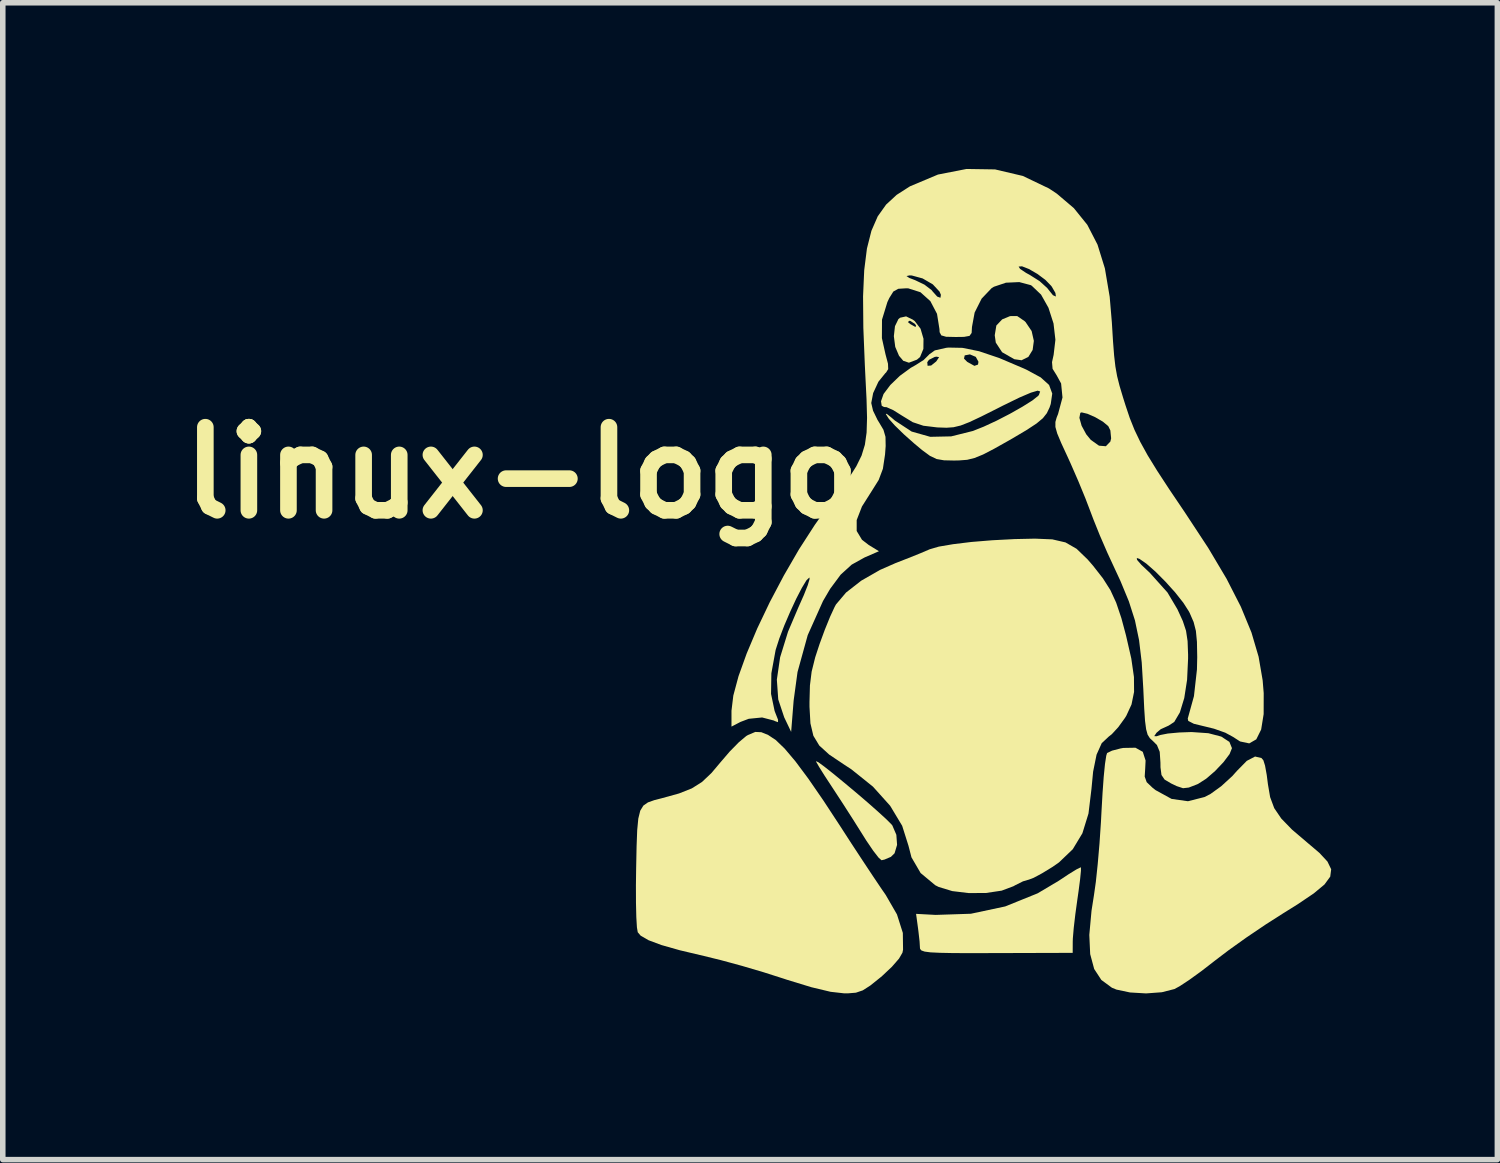
<source format=kicad_pcb>
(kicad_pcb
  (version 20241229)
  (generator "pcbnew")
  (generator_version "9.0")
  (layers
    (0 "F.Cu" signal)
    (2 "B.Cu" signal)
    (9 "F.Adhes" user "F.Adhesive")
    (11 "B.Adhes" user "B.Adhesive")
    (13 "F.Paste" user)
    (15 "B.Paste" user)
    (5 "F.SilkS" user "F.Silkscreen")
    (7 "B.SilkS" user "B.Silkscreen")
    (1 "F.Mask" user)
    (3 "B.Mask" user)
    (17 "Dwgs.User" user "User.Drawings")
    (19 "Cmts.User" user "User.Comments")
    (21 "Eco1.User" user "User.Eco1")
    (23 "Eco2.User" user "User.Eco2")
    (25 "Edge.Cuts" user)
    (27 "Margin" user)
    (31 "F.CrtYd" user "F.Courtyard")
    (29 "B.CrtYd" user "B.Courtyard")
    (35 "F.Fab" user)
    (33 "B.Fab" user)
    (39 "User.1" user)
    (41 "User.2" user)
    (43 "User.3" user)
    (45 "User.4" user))
  (footprint "linux-logo"
    (layer "F.Cu")
    (at 14.671 7.433)
    (property "Reference" "linux-logo" (at -8.3 -1.95 0) (layer "F.SilkS") (effects (font (size 1.5 1.5) (thickness 0.3))))
    (attr board_only exclude_from_pos_files exclude_from_bom)
    (fp_poly (pts (xy 0.773 -4.687) (xy 0.791 -4.67) (xy 0.901 -4.507) (xy 0.941 -4.33) (xy 0.919 -4.166) (xy 0.842 -4.041) (xy 0.719 -3.98) (xy 0.588 -3.999) (xy 0.368 -4.125) (xy 0.254 -4.299) (xy 0.235 -4.431) (xy 0.264 -4.607) (xy 0.369 -4.718) (xy 0.512 -4.777) (xy 0.64 -4.778)) (stroke (width 0) (type solid)) (fill yes) (layer "F.SilkS"))
    (fp_poly (pts (xy -1.242 -4.712) (xy -1.209 -4.687) (xy -1.104 -4.549) (xy -1.051 -4.368) (xy -1.053 -4.185) (xy -1.113 -4.039) (xy -1.169 -3.991) (xy -1.314 -3.936) (xy -1.416 -3.97) (xy -1.493 -4.061) (xy -1.561 -4.221) (xy -1.586 -4.414) (xy -1.566 -4.595) (xy -1.53 -4.669) (xy -1.332 -4.669) (xy -1.291 -4.634) (xy -1.197 -4.581) (xy -1.184 -4.601) (xy -1.203 -4.634) (xy -1.288 -4.69) (xy -1.309 -4.692) (xy -1.332 -4.669) (xy -1.53 -4.669) (xy -1.504 -4.723) (xy -1.473 -4.748) (xy -1.365 -4.772)) (stroke (width 0) (type solid)) (fill yes) (layer "F.SilkS"))
    (fp_poly (pts (xy -2.951 3.275) (xy -2.84 3.356) (xy -2.678 3.484) (xy -2.482 3.645) (xy -2.27 3.822) (xy -2.061 4.001) (xy -1.873 4.167) (xy -1.723 4.304) (xy -1.63 4.397) (xy -1.614 4.416) (xy -1.541 4.586) (xy -1.528 4.768) (xy -1.573 4.919) (xy -1.639 4.984) (xy -1.755 5.033) (xy -1.809 5.045) (xy -1.862 4.998) (xy -1.959 4.873) (xy -2.082 4.692) (xy -2.146 4.59) (xy -2.319 4.315) (xy -2.514 4.011) (xy -2.692 3.739) (xy -2.709 3.713) (xy -2.836 3.519) (xy -2.934 3.363) (xy -2.987 3.271) (xy -2.992 3.257)) (stroke (width 0) (type solid)) (fill yes) (layer "F.SilkS"))
    (fp_poly (pts (xy 1.791 5.174) (xy 1.791 5.236) (xy 1.776 5.388) (xy 1.748 5.604) (xy 1.727 5.75) (xy 1.69 6.018) (xy 1.661 6.267) (xy 1.645 6.456) (xy 1.643 6.511) (xy 1.642 6.717) (xy 0.264 6.721) (xy -0.175 6.722) (xy -0.509 6.721) (xy -0.755 6.716) (xy -0.924 6.708) (xy -1.03 6.694) (xy -1.088 6.674) (xy -1.112 6.647) (xy -1.115 6.627) (xy -1.122 6.509) (xy -1.142 6.333) (xy -1.15 6.27) (xy -1.185 6.013) (xy -0.831 6.032) (xy -0.196 6.011) (xy 0.424 5.879) (xy 1.01 5.642) (xy 1.39 5.416) (xy 1.571 5.296) (xy 1.711 5.21) (xy 1.785 5.174)) (stroke (width 0) (type solid)) (fill yes) (layer "F.SilkS"))
    (fp_poly (pts (xy -3.978 2.734) (xy -3.856 2.784) (xy -3.718 2.875) (xy -3.556 3.031) (xy -3.362 3.261) (xy -3.131 3.571) (xy -2.856 3.97) (xy -2.555 4.429) (xy -2.35 4.746) (xy -2.145 5.058) (xy -1.958 5.34) (xy -1.806 5.566) (xy -1.732 5.673) (xy -1.53 6.023) (xy -1.424 6.357) (xy -1.42 6.66) (xy -1.431 6.714) (xy -1.493 6.821) (xy -1.622 6.969) (xy -1.793 7.13) (xy -1.822 7.155) (xy -2.01 7.306) (xy -2.147 7.394) (xy -2.271 7.436) (xy -2.417 7.448) (xy -2.481 7.448) (xy -2.728 7.42) (xy -3.075 7.337) (xy -3.52 7.201) (xy -3.574 7.183) (xy -3.934 7.068) (xy -4.327 6.952) (xy -4.706 6.849) (xy -5.011 6.774) (xy -5.45 6.67) (xy -5.781 6.576) (xy -6.014 6.489) (xy -6.156 6.407) (xy -6.209 6.345) (xy -6.224 6.257) (xy -6.235 6.072) (xy -6.241 5.812) (xy -6.242 5.497) (xy -6.238 5.191) (xy -6.23 4.797) (xy -6.219 4.503) (xy -6.199 4.293) (xy -6.164 4.151) (xy -6.108 4.059) (xy -6.025 4.001) (xy -5.909 3.96) (xy -5.78 3.927) (xy -5.465 3.84) (xy -5.233 3.748) (xy -5.049 3.632) (xy -4.879 3.471) (xy -4.718 3.28) (xy -4.549 3.083) (xy -4.384 2.915) (xy -4.251 2.803) (xy -4.22 2.785) (xy -4.087 2.729)) (stroke (width 0) (type solid)) (fill yes) (layer "F.SilkS"))
    (fp_poly (pts (xy 2.907 3.088) (xy 2.958 3.245) (xy 2.951 3.389) (xy 2.942 3.535) (xy 2.978 3.636) (xy 3.084 3.737) (xy 3.139 3.78) (xy 3.427 3.938) (xy 3.723 3.98) (xy 4.022 3.904) (xy 4.129 3.849) (xy 4.323 3.709) (xy 4.522 3.527) (xy 4.608 3.431) (xy 4.785 3.251) (xy 4.934 3.173) (xy 5.049 3.2) (xy 5.084 3.241) (xy 5.114 3.336) (xy 5.145 3.507) (xy 5.166 3.672) (xy 5.206 3.906) (xy 5.28 4.105) (xy 5.407 4.292) (xy 5.601 4.492) (xy 5.876 4.726) (xy 6.096 4.913) (xy 6.241 5.069) (xy 6.308 5.208) (xy 6.291 5.341) (xy 6.187 5.483) (xy 5.992 5.645) (xy 5.7 5.842) (xy 5.445 6.001) (xy 5.124 6.206) (xy 4.782 6.437) (xy 4.46 6.667) (xy 4.198 6.866) (xy 4.196 6.868) (xy 3.966 7.046) (xy 3.749 7.203) (xy 3.573 7.319) (xy 3.479 7.37) (xy 3.251 7.428) (xy 2.967 7.449) (xy 2.678 7.432) (xy 2.432 7.38) (xy 2.351 7.347) (xy 2.16 7.207) (xy 2.03 7.008) (xy 1.958 6.74) (xy 1.942 6.393) (xy 1.982 5.956) (xy 2.026 5.676) (xy 2.06 5.436) (xy 2.094 5.113) (xy 2.126 4.742) (xy 2.152 4.357) (xy 2.162 4.164) (xy 2.181 3.832) (xy 2.202 3.54) (xy 2.225 3.308) (xy 2.248 3.158) (xy 2.263 3.11) (xy 2.352 3.067) (xy 2.506 3.027) (xy 2.556 3.018) (xy 2.775 3.014)) (stroke (width 0) (type solid)) (fill yes) (layer "F.SilkS"))
    (fp_poly (pts (xy 1.274 -0.747) (xy 1.512 -0.692) (xy 1.712 -0.577) (xy 1.912 -0.384) (xy 2.009 -0.272) (xy 2.188 -0.043) (xy 2.322 0.168) (xy 2.427 0.396) (xy 2.521 0.675) (xy 2.604 0.985) (xy 2.7 1.404) (xy 2.748 1.738) (xy 2.75 2.007) (xy 2.704 2.233) (xy 2.61 2.437) (xy 2.585 2.477) (xy 2.465 2.643) (xy 2.347 2.771) (xy 2.292 2.814) (xy 2.166 2.932) (xy 2.073 3.139) (xy 2.011 3.445) (xy 1.981 3.757) (xy 1.927 4.203) (xy 1.817 4.559) (xy 1.643 4.847) (xy 1.395 5.084) (xy 1.274 5.168) (xy 1.089 5.281) (xy 0.936 5.363) (xy 0.846 5.397) (xy 0.843 5.397) (xy 0.745 5.426) (xy 0.603 5.497) (xy 0.573 5.514) (xy 0.36 5.594) (xy 0.078 5.636) (xy -0.234 5.638) (xy -0.532 5.602) (xy -0.778 5.527) (xy -0.839 5.496) (xy -1.103 5.276) (xy -1.268 4.993) (xy -1.322 4.784) (xy -1.436 4.423) (xy -1.653 4.062) (xy -1.963 3.717) (xy -2.353 3.404) (xy -2.486 3.317) (xy -2.753 3.138) (xy -2.932 2.975) (xy -3.039 2.798) (xy -3.092 2.574) (xy -3.109 2.272) (xy -3.109 2.189) (xy -3.101 1.89) (xy -3.07 1.64) (xy -3.006 1.383) (xy -2.927 1.142) (xy -2.833 0.886) (xy -2.738 0.652) (xy -2.657 0.476) (xy -2.631 0.428) (xy -2.449 0.213) (xy -2.176 -0.000499) (xy -1.837 -0.195) (xy -1.555 -0.319) (xy -1.319 -0.411) (xy -1.098 -0.5) (xy -0.939 -0.568) (xy -0.775 -0.616) (xy -0.516 -0.66) (xy -0.187 -0.7) (xy 0.191 -0.731) (xy 0.594 -0.752) (xy 0.961 -0.76)) (stroke (width 0) (type solid)) (fill yes) (layer "F.SilkS"))
    (fp_poly (pts (xy -0.349 -4.204) (xy -0.048 -4.143) (xy 0.317 -4.02) (xy 0.759 -3.832) (xy 0.807 -3.81) (xy 1.064 -3.671) (xy 1.216 -3.534) (xy 1.273 -3.379) (xy 1.246 -3.191) (xy 1.224 -3.126) (xy 1.175 -3.024) (xy 1.104 -2.934) (xy 0.989 -2.838) (xy 0.811 -2.721) (xy 0.553 -2.568) (xy 0.499 -2.537) (xy 0.225 -2.383) (xy 0.025 -2.279) (xy -0.129 -2.216) (xy -0.263 -2.183) (xy -0.405 -2.172) (xy -0.499 -2.17) (xy -0.681 -2.174) (xy -0.814 -2.197) (xy -0.934 -2.254) (xy -1.078 -2.36) (xy -1.219 -2.478) (xy -1.406 -2.644) (xy -1.567 -2.801) (xy -1.673 -2.919) (xy -1.683 -2.933) (xy -1.731 -3.009) (xy -1.716 -3.014) (xy -1.628 -2.944) (xy -1.568 -2.892) (xy -1.265 -2.693) (xy -0.929 -2.598) (xy -0.551 -2.606) (xy -0.162 -2.703) (xy 0.035 -2.781) (xy 0.268 -2.889) (xy 0.51 -3.014) (xy 0.734 -3.141) (xy 0.914 -3.254) (xy 1.02 -3.338) (xy 1.033 -3.355) (xy 1.055 -3.417) (xy 1.009 -3.431) (xy 0.887 -3.395) (xy 0.681 -3.307) (xy 0.384 -3.162) (xy 0.282 -3.11) (xy -0.009 -2.964) (xy -0.221 -2.864) (xy -0.38 -2.802) (xy -0.509 -2.771) (xy -0.635 -2.762) (xy -0.782 -2.767) (xy -0.805 -2.768) (xy -1.053 -2.798) (xy -1.245 -2.862) (xy -1.44 -2.981) (xy -1.596 -3.079) (xy -1.717 -3.133) (xy -1.763 -3.136) (xy -1.805 -3.158) (xy -1.818 -3.24) (xy -1.772 -3.371) (xy -1.65 -3.533) (xy -1.478 -3.699) (xy -1.281 -3.843) (xy -1.191 -3.894) (xy -1.111 -3.945) (xy -0.983 -3.945) (xy -0.977 -3.88) (xy -0.913 -3.885) (xy -0.823 -3.957) (xy -0.816 -3.966) (xy -0.787 -4.01) (xy -0.32 -4.01) (xy -0.262 -3.951) (xy -0.132 -3.879) (xy -0.067 -3.902) (xy -0.059 -3.953) (xy -0.107 -4.041) (xy -0.213 -4.086) (xy -0.307 -4.068) (xy -0.32 -4.01) (xy -0.787 -4.01) (xy -0.769 -4.036) (xy -0.816 -4.045) (xy -0.848 -4.04) (xy -0.952 -3.988) (xy -0.983 -3.945) (xy -1.111 -3.945) (xy -1.048 -3.985) (xy -0.954 -4.078) (xy -0.949 -4.085) (xy -0.847 -4.158) (xy -0.644 -4.204) (xy -0.601 -4.209)) (stroke (width 0) (type solid)) (fill yes) (layer "F.SilkS"))
    (fp_poly (pts (xy 0.241 -7.425) (xy 0.742 -7.307) (xy 1.214 -7.081) (xy 1.356 -6.987) (xy 1.663 -6.726) (xy 1.906 -6.425) (xy 2.09 -6.068) (xy 2.223 -5.639) (xy 2.31 -5.125) (xy 2.349 -4.664) (xy 2.37 -4.321) (xy 2.39 -4.065) (xy 2.413 -3.866) (xy 2.444 -3.693) (xy 2.488 -3.518) (xy 2.551 -3.308) (xy 2.595 -3.168) (xy 2.672 -2.938) (xy 2.758 -2.723) (xy 2.863 -2.504) (xy 2.996 -2.263) (xy 3.169 -1.982) (xy 3.39 -1.644) (xy 3.671 -1.228) (xy 3.678 -1.217) (xy 4.089 -0.592) (xy 4.42 -0.035) (xy 4.678 0.47) (xy 4.869 0.934) (xy 4.998 1.372) (xy 5.071 1.797) (xy 5.09 2.029) (xy 5.089 2.407) (xy 5.044 2.686) (xy 4.956 2.863) (xy 4.829 2.936) (xy 4.664 2.901) (xy 4.535 2.818) (xy 4.397 2.743) (xy 4.194 2.671) (xy 4.039 2.633) (xy 3.829 2.582) (xy 3.728 2.53) (xy 3.719 2.488) (xy 3.831 2.083) (xy 3.885 1.603) (xy 3.89 1.379) (xy 3.885 1.103) (xy 3.866 0.905) (xy 3.825 0.745) (xy 3.754 0.582) (xy 3.739 0.553) (xy 3.639 0.397) (xy 3.492 0.211) (xy 3.317 0.017) (xy 3.137 -0.164) (xy 2.973 -0.308) (xy 2.847 -0.395) (xy 2.799 -0.411) (xy 2.804 -0.376) (xy 2.883 -0.286) (xy 3.019 -0.158) (xy 3.034 -0.144) (xy 3.353 0.212) (xy 3.532 0.514) (xy 3.63 0.728) (xy 3.688 0.903) (xy 3.716 1.089) (xy 3.725 1.332) (xy 3.725 1.407) (xy 3.707 1.789) (xy 3.656 2.117) (xy 3.577 2.376) (xy 3.475 2.549) (xy 3.374 2.615) (xy 3.231 2.68) (xy 3.155 2.744) (xy 3.114 2.805) (xy 3.157 2.807) (xy 3.226 2.784) (xy 3.359 2.758) (xy 3.564 2.739) (xy 3.787 2.731) (xy 4.091 2.752) (xy 4.324 2.813) (xy 4.471 2.909) (xy 4.517 3.022) (xy 4.474 3.129) (xy 4.363 3.276) (xy 4.213 3.434) (xy 4.051 3.574) (xy 3.904 3.668) (xy 3.888 3.675) (xy 3.738 3.733) (xy 3.634 3.745) (xy 3.519 3.707) (xy 3.417 3.658) (xy 3.301 3.589) (xy 3.245 3.507) (xy 3.227 3.369) (xy 3.226 3.282) (xy 3.213 3.088) (xy 3.163 2.966) (xy 3.089 2.892) (xy 3.035 2.842) (xy 2.995 2.779) (xy 2.968 2.682) (xy 2.948 2.53) (xy 2.933 2.303) (xy 2.918 1.981) (xy 2.917 1.957) (xy 2.888 1.473) (xy 2.84 1.071) (xy 2.766 0.716) (xy 2.656 0.372) (xy 2.504 0.004) (xy 2.407 -0.205) (xy 2.269 -0.503) (xy 2.132 -0.819) (xy 2.017 -1.105) (xy 1.969 -1.232) (xy 1.872 -1.486) (xy 1.745 -1.795) (xy 1.609 -2.107) (xy 1.551 -2.235) (xy 1.435 -2.486) (xy 1.363 -2.658) (xy 1.33 -2.776) (xy 1.33 -2.866) (xy 1.351 -2.941) (xy 1.763 -2.941) (xy 1.803 -2.798) (xy 1.887 -2.643) (xy 1.969 -2.543) (xy 2.117 -2.438) (xy 2.241 -2.428) (xy 2.322 -2.512) (xy 2.336 -2.57) (xy 2.322 -2.714) (xy 2.284 -2.791) (xy 2.188 -2.871) (xy 2.049 -2.952) (xy 1.908 -3.014) (xy 1.804 -3.039) (xy 1.78 -3.031) (xy 1.763 -2.941) (xy 1.351 -2.941) (xy 1.356 -2.955) (xy 1.378 -3.01) (xy 1.458 -3.308) (xy 1.433 -3.561) (xy 1.352 -3.709) (xy 1.279 -3.826) (xy 1.269 -3.946) (xy 1.298 -4.078) (xy 1.33 -4.35) (xy 1.296 -4.644) (xy 1.205 -4.927) (xy 1.071 -5.165) (xy 0.903 -5.325) (xy 0.885 -5.336) (xy 0.678 -5.391) (xy 0.437 -5.38) (xy 0.22 -5.307) (xy 0.178 -5.281) (xy -0.002 -5.092) (xy -0.128 -4.841) (xy -0.176 -4.581) (xy -0.182 -4.474) (xy -0.22 -4.42) (xy -0.32 -4.402) (xy -0.469 -4.4) (xy -0.643 -4.404) (xy -0.73 -4.429) (xy -0.76 -4.487) (xy -0.763 -4.542) (xy -0.807 -4.818) (xy -0.927 -5.047) (xy -1.106 -5.208) (xy -1.326 -5.278) (xy -1.362 -5.279) (xy -1.506 -5.27) (xy -1.595 -5.221) (xy -1.668 -5.104) (xy -1.703 -5.03) (xy -1.8 -4.713) (xy -1.802 -4.38) (xy -1.737 -4.088) (xy -1.692 -3.918) (xy -1.688 -3.82) (xy -1.727 -3.758) (xy -1.741 -3.746) (xy -1.865 -3.592) (xy -1.96 -3.387) (xy -1.994 -3.208) (xy -1.962 -3.07) (xy -1.881 -2.903) (xy -1.853 -2.858) (xy -1.774 -2.725) (xy -1.737 -2.598) (xy -1.734 -2.431) (xy -1.745 -2.28) (xy -1.784 -2.021) (xy -1.86 -1.819) (xy -1.971 -1.642) (xy -2.162 -1.34) (xy -2.257 -1.095) (xy -2.257 -0.898) (xy -2.161 -0.739) (xy -2.04 -0.646) (xy -1.855 -0.533) (xy -2.115 -0.42) (xy -2.347 -0.291) (xy -2.546 -0.11) (xy -2.736 0.146) (xy -2.865 0.366) (xy -3.141 0.982) (xy -3.325 1.648) (xy -3.395 2.162) (xy -3.44 2.728) (xy -3.566 2.464) (xy -3.673 2.142) (xy -3.698 1.785) (xy -3.639 1.381) (xy -3.496 0.919) (xy -3.311 0.484) (xy -3.211 0.259) (xy -3.14 0.08) (xy -3.107 -0.032) (xy -3.111 -0.059) (xy -3.164 -0.008) (xy -3.247 0.129) (xy -3.349 0.326) (xy -3.458 0.561) (xy -3.564 0.808) (xy -3.654 1.043) (xy -3.718 1.242) (xy -3.722 1.259) (xy -3.797 1.67) (xy -3.803 2.042) (xy -3.739 2.349) (xy -3.728 2.378) (xy -3.677 2.508) (xy -3.677 2.553) (xy -3.731 2.534) (xy -3.753 2.523) (xy -3.964 2.468) (xy -4.206 2.492) (xy -4.356 2.549) (xy -4.517 2.633) (xy -4.517 2.346) (xy -4.484 2.073) (xy -4.39 1.723) (xy -4.243 1.314) (xy -4.053 0.863) (xy -3.826 0.387) (xy -3.571 -0.096) (xy -3.298 -0.567) (xy -3.012 -1.01) (xy -2.81 -1.295) (xy -2.578 -1.605) (xy -2.398 -1.855) (xy -2.264 -2.066) (xy -2.169 -2.259) (xy -2.109 -2.455) (xy -2.078 -2.675) (xy -2.07 -2.941) (xy -2.079 -3.273) (xy -2.1 -3.692) (xy -2.11 -3.896) (xy -2.137 -4.567) (xy -2.142 -5.133) (xy -2.126 -5.5) (xy -1.358 -5.5) (xy -1.308 -5.466) (xy -1.203 -5.426) (xy -1.034 -5.345) (xy -0.907 -5.248) (xy -0.887 -5.223) (xy -0.803 -5.129) (xy -0.745 -5.108) (xy -0.737 -5.162) (xy -0.762 -5.22) (xy -0.883 -5.35) (xy -1.067 -5.457) (xy -1.261 -5.51) (xy -1.302 -5.512) (xy -1.358 -5.5) (xy -2.126 -5.5) (xy -2.121 -5.606) (xy -2.113 -5.671) (xy 0.666 -5.671) (xy 0.693 -5.629) (xy 0.799 -5.558) (xy 0.873 -5.517) (xy 1.045 -5.408) (xy 1.182 -5.284) (xy 1.21 -5.248) (xy 1.286 -5.154) (xy 1.338 -5.131) (xy 1.339 -5.132) (xy 1.33 -5.195) (xy 1.265 -5.308) (xy 1.253 -5.324) (xy 1.149 -5.431) (xy 1.004 -5.539) (xy 0.852 -5.627) (xy 0.727 -5.676) (xy 0.666 -5.671) (xy -2.113 -5.671) (xy -2.072 -5.997) (xy -1.991 -6.317) (xy -1.877 -6.578) (xy -1.726 -6.79) (xy -1.535 -6.966) (xy -1.301 -7.116) (xy -1.292 -7.121) (xy -0.79 -7.332) (xy -0.274 -7.433)) (stroke (width 0) (type solid)) (fill yes) (layer "F.SilkS")))
  (gr_rect
    (start -3 -3)
    (end 23.979 17.882)
    (stroke (width 0.1) (type default))
    (fill no)
    (layer "Edge.Cuts")))
</source>
